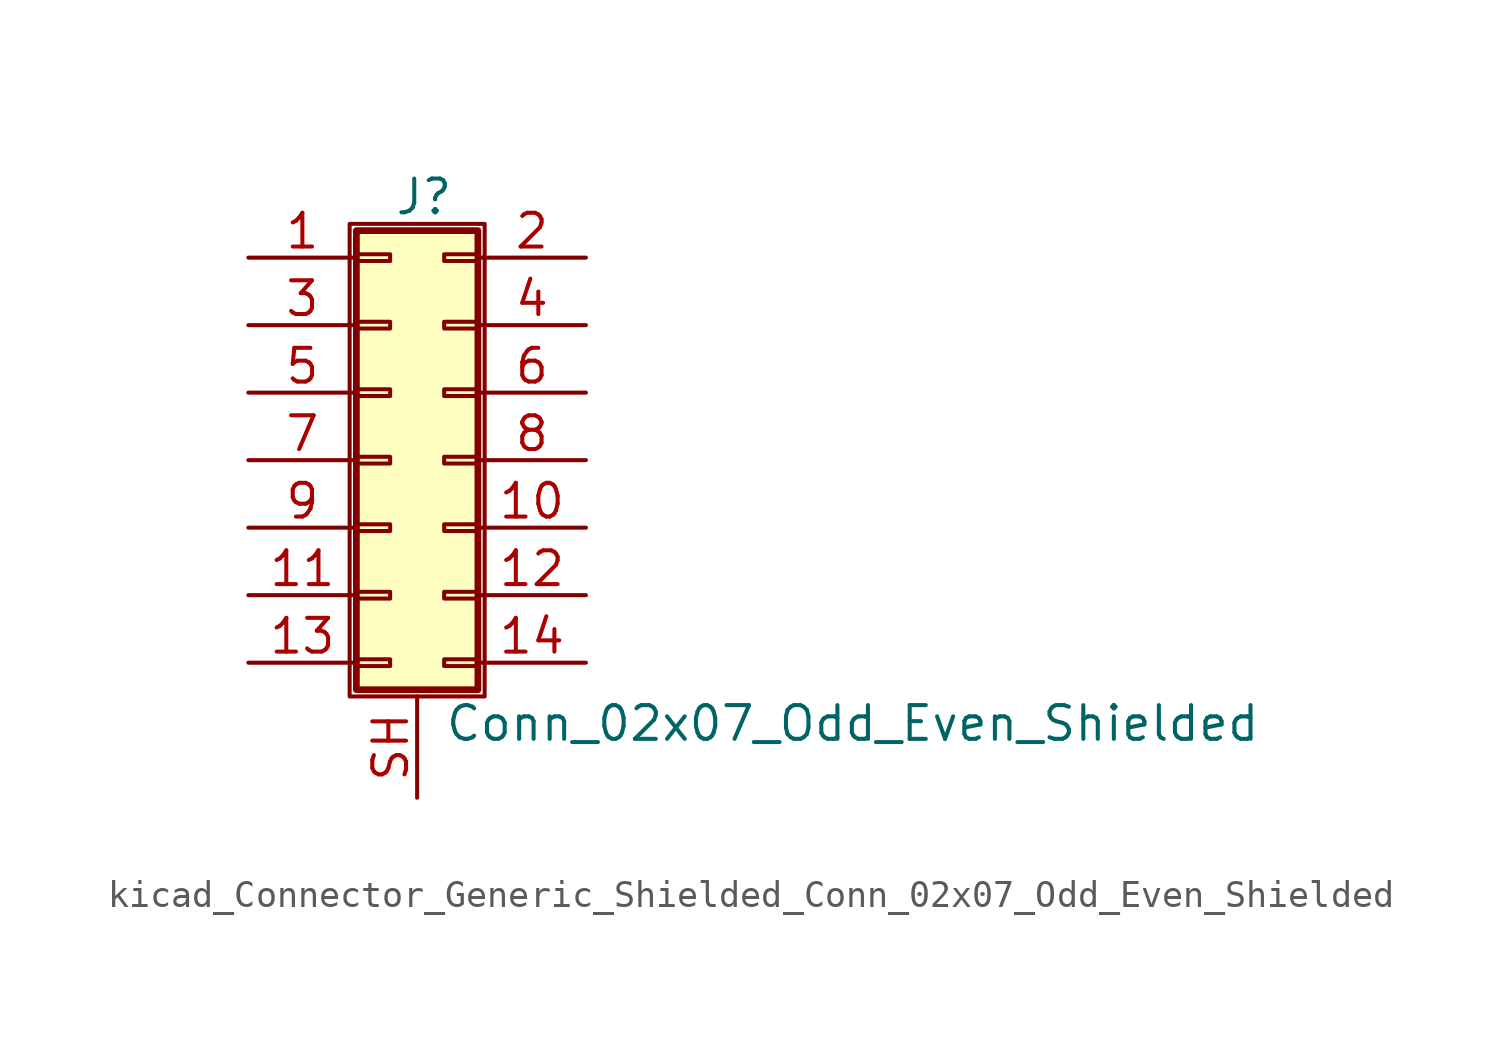
<source format=kicad_sym>
(kicad_symbol_lib
  (version 20220914)
  (generator kicad_symbol_editor)
  (symbol "kicad_Connector_Generic_Shielded_Conn_02x07_Odd_Even_Shielded"
    (pin_names
      (offset 1.016) hide)
    (property "Reference" "J"
      (at 1.524 9.906 0)
      (effects (font (size 1.27 1.27))))
    (property "Value" "Conn_02x07_Odd_Even_Shielded"
      (at 2.286 -9.906 0)
      (effects (font (size 1.27 1.27)) (justify left)))
    (symbol "kicad_Connector_Generic_Shielded_Conn_02x07_Odd_Even_Shielded_1_1"
      (rectangle (start -1.27 8.89) (end 3.81 -8.89) (stroke (width 0.152) (type default)) (fill (type none)))
      (rectangle (start -1.016 -7.493) (end 0.254 -7.747) (stroke (width 0.152) (type default)) (fill (type none)))
      (rectangle (start -1.016 -4.953) (end 0.254 -5.207) (stroke (width 0.152) (type default)) (fill (type none)))
      (rectangle (start -1.016 -2.413) (end 0.254 -2.667) (stroke (width 0.152) (type default)) (fill (type none)))
      (rectangle (start -1.016 0.127) (end 0.254 -0.127) (stroke (width 0.152) (type default)) (fill (type none)))
      (rectangle (start -1.016 2.667) (end 0.254 2.413) (stroke (width 0.152) (type default)) (fill (type none)))
      (rectangle (start -1.016 5.207) (end 0.254 4.953) (stroke (width 0.152) (type default)) (fill (type none)))
      (rectangle (start -1.016 7.747) (end 0.254 7.493) (stroke (width 0.152) (type default)) (fill (type none)))
      (rectangle (start -1.016 8.636) (end 3.556 -8.636) (stroke (width 0.254) (type default)) (fill (type background)))
      (rectangle (start 3.556 -7.493) (end 2.286 -7.747) (stroke (width 0.152) (type default)) (fill (type none)))
      (rectangle (start 3.556 -4.953) (end 2.286 -5.207) (stroke (width 0.152) (type default)) (fill (type none)))
      (rectangle (start 3.556 -2.413) (end 2.286 -2.667) (stroke (width 0.152) (type default)) (fill (type none)))
      (rectangle (start 3.556 0.127) (end 2.286 -0.127) (stroke (width 0.152) (type default)) (fill (type none)))
      (rectangle (start 3.556 2.667) (end 2.286 2.413) (stroke (width 0.152) (type default)) (fill (type none)))
      (rectangle (start 3.556 5.207) (end 2.286 4.953) (stroke (width 0.152) (type default)) (fill (type none)))
      (rectangle (start 3.556 7.747) (end 2.286 7.493) (stroke (width 0.152) (type default)) (fill (type none)))
      (pin passive line (at -5.08 7.62 0) (length 4.064) (name "Pin_1" (effects (font (size 1.27 1.27)))) (number "1" (effects (font (size 1.27 1.27)))))
      (pin passive line (at 7.62 -2.54 180) (length 4.064) (name "Pin_10" (effects (font (size 1.27 1.27)))) (number "10" (effects (font (size 1.27 1.27)))))
      (pin passive line (at -5.08 -5.08 0) (length 4.064) (name "Pin_11" (effects (font (size 1.27 1.27)))) (number "11" (effects (font (size 1.27 1.27)))))
      (pin passive line (at 7.62 -5.08 180) (length 4.064) (name "Pin_12" (effects (font (size 1.27 1.27)))) (number "12" (effects (font (size 1.27 1.27)))))
      (pin passive line (at -5.08 -7.62 0) (length 4.064) (name "Pin_13" (effects (font (size 1.27 1.27)))) (number "13" (effects (font (size 1.27 1.27)))))
      (pin passive line (at 7.62 -7.62 180) (length 4.064) (name "Pin_14" (effects (font (size 1.27 1.27)))) (number "14" (effects (font (size 1.27 1.27)))))
      (pin passive line (at 7.62 7.62 180) (length 4.064) (name "Pin_2" (effects (font (size 1.27 1.27)))) (number "2" (effects (font (size 1.27 1.27)))))
      (pin passive line (at -5.08 5.08 0) (length 4.064) (name "Pin_3" (effects (font (size 1.27 1.27)))) (number "3" (effects (font (size 1.27 1.27)))))
      (pin passive line (at 7.62 5.08 180) (length 4.064) (name "Pin_4" (effects (font (size 1.27 1.27)))) (number "4" (effects (font (size 1.27 1.27)))))
      (pin passive line (at -5.08 2.54 0) (length 4.064) (name "Pin_5" (effects (font (size 1.27 1.27)))) (number "5" (effects (font (size 1.27 1.27)))))
      (pin passive line (at 7.62 2.54 180) (length 4.064) (name "Pin_6" (effects (font (size 1.27 1.27)))) (number "6" (effects (font (size 1.27 1.27)))))
      (pin passive line (at -5.08 0 0) (length 4.064) (name "Pin_7" (effects (font (size 1.27 1.27)))) (number "7" (effects (font (size 1.27 1.27)))))
      (pin passive line (at 7.62 0 180) (length 4.064) (name "Pin_8" (effects (font (size 1.27 1.27)))) (number "8" (effects (font (size 1.27 1.27)))))
      (pin passive line (at -5.08 -2.54 0) (length 4.064) (name "Pin_9" (effects (font (size 1.27 1.27)))) (number "9" (effects (font (size 1.27 1.27)))))
      (pin passive line (at 1.27 -12.7 90) (length 3.81) (name "Shield" (effects (font (size 1.27 1.27)))) (number "SH" (effects (font (size 1.27 1.27))))))))
</source>
